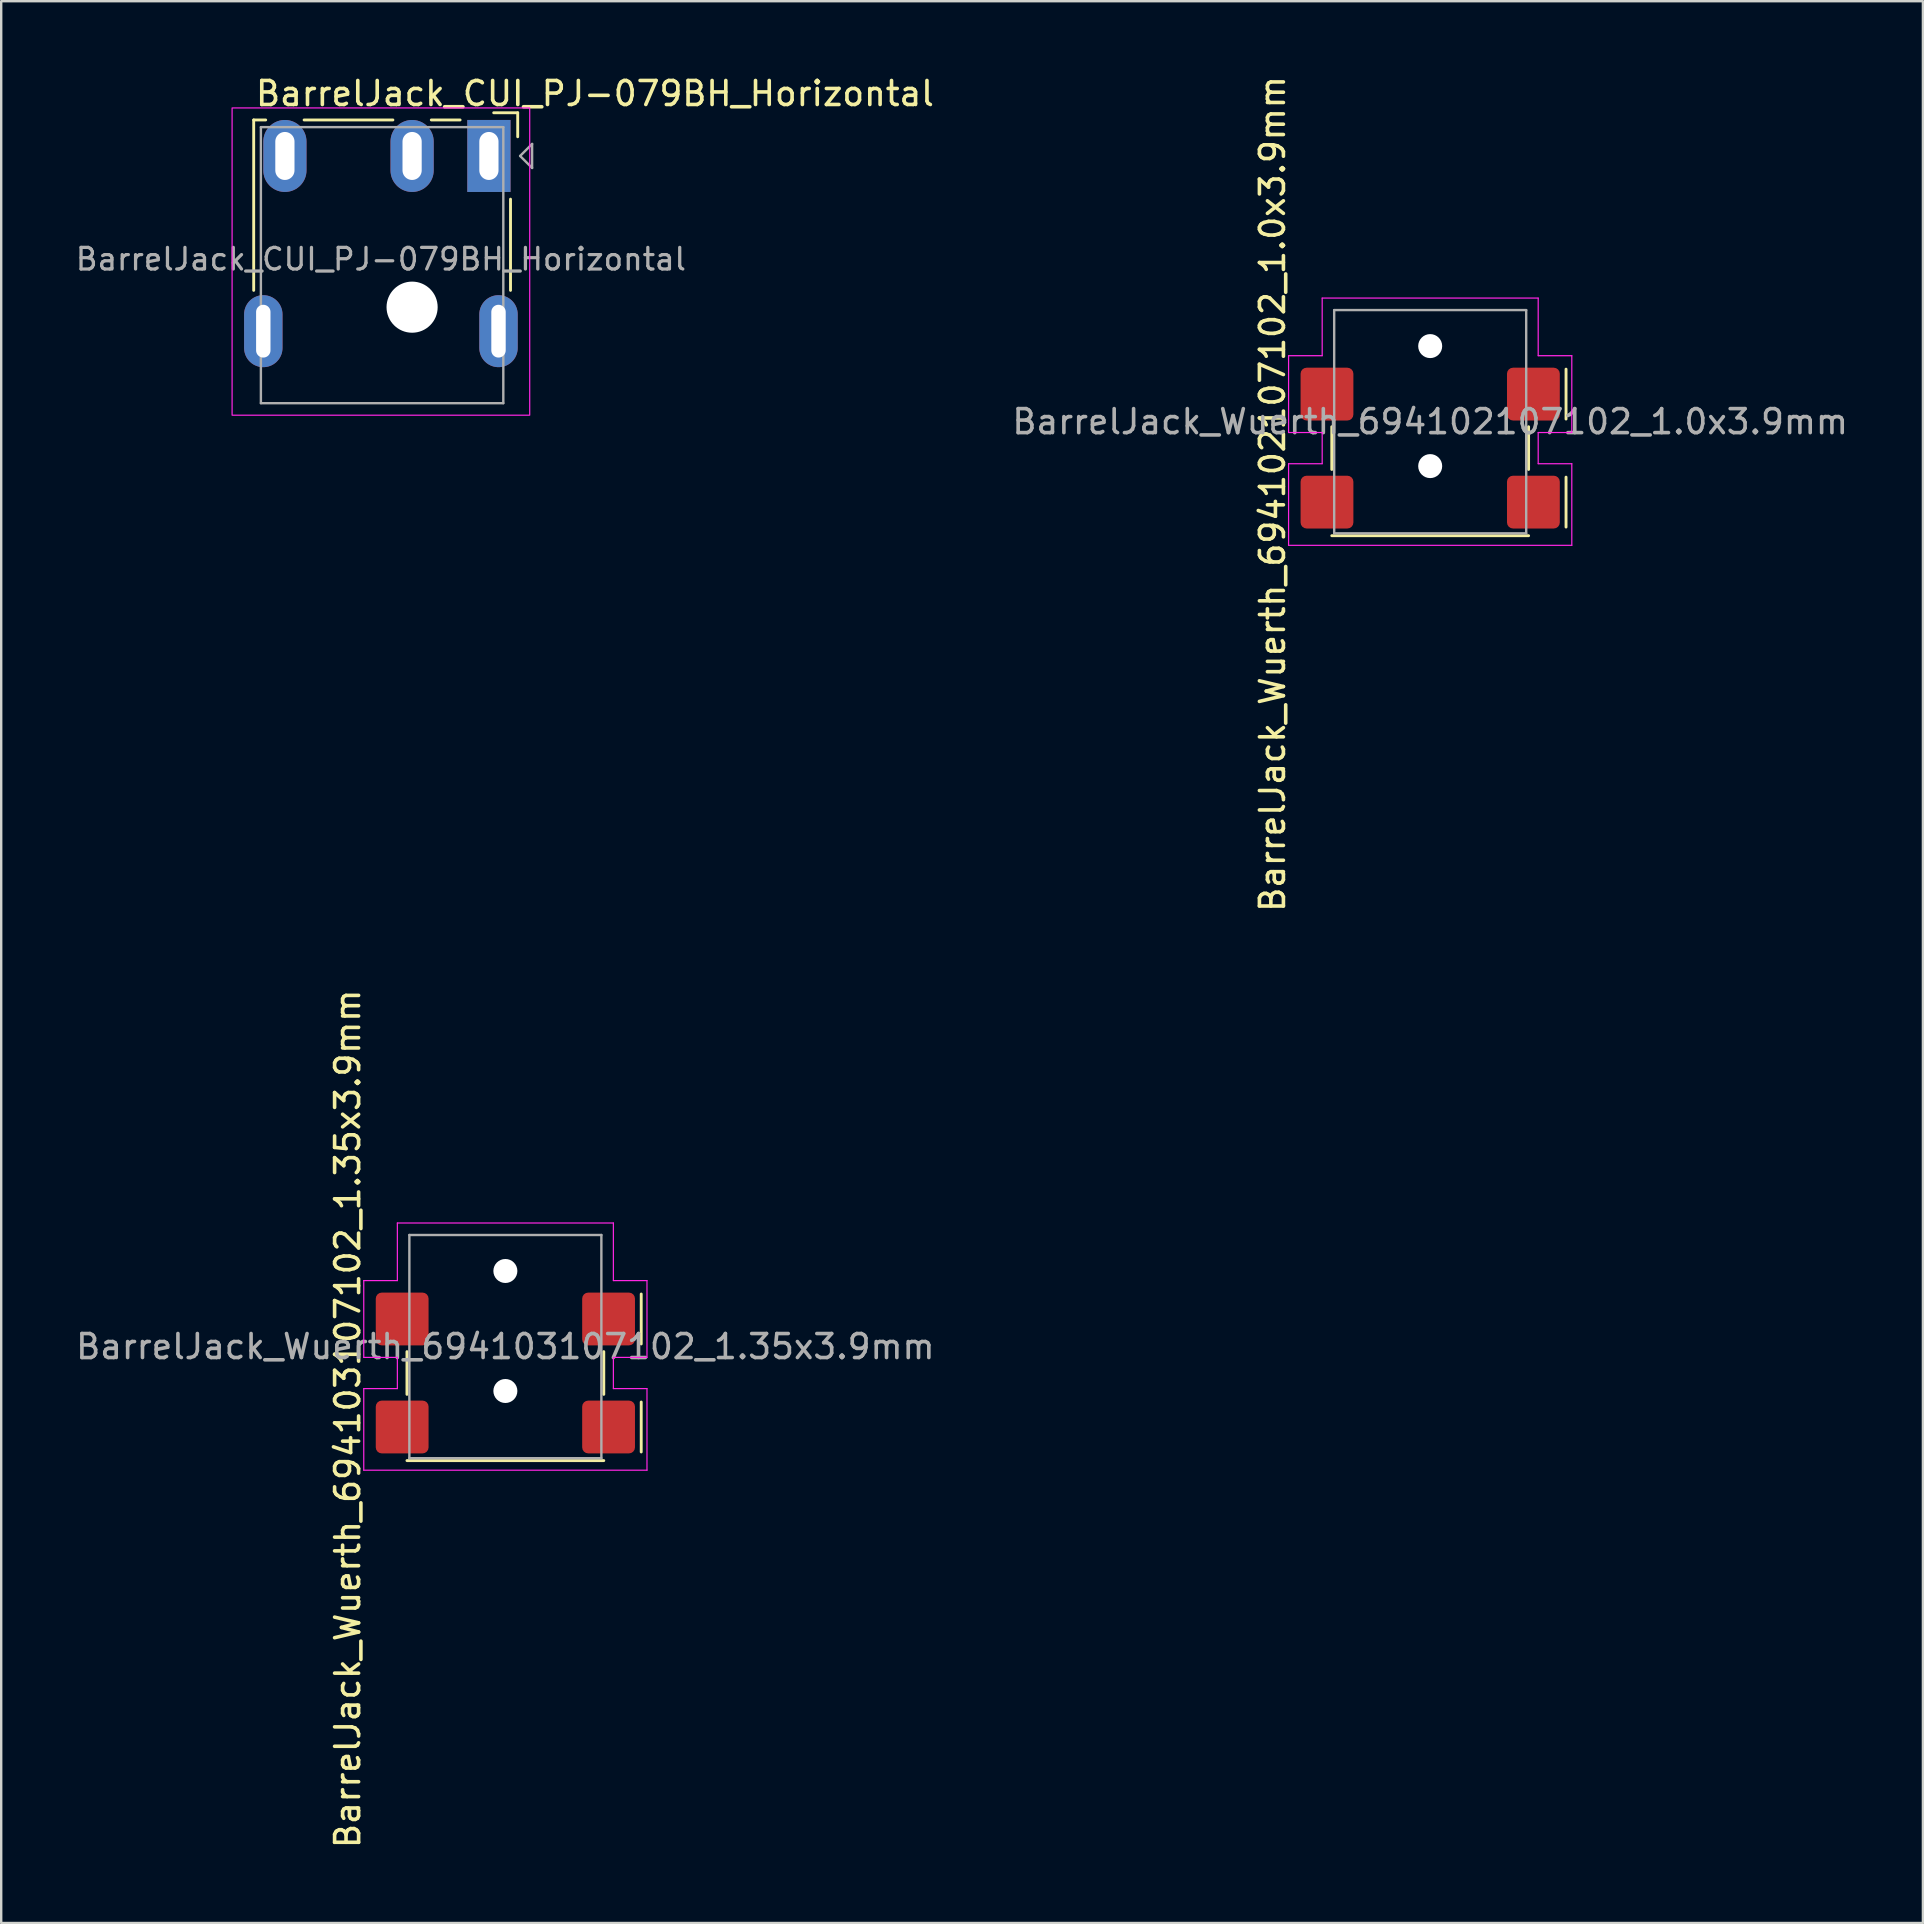
<source format=kicad_pcb>
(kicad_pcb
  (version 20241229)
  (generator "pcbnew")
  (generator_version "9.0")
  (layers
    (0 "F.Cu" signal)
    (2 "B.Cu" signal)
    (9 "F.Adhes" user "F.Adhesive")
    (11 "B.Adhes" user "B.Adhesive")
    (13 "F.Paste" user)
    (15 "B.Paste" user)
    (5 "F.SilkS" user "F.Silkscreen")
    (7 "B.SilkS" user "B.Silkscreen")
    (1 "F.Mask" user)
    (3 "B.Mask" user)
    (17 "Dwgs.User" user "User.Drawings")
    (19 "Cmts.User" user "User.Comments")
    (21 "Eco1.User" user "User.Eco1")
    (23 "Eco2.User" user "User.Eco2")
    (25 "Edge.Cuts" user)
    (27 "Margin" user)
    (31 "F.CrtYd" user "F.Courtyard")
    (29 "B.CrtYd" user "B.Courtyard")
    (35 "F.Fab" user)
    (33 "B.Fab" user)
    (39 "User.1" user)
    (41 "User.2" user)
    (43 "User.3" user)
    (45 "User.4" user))
  (footprint "BarrelJack_CUI_PJ-079BH_Horizontal"
    (layer "F.Cu")
    (at 17.32 3.448)
    (property "Reference" "BarrelJack_CUI_PJ-079BH_Horizontal" (at -9.8 -2.6 0) (layer "F.SilkS") (effects (font (size 1 1) (thickness 0.15)) (justify left)))
    (attr through_hole)
    (fp_line (start -9.8 5.6) (end -9.8 -1.5) (stroke (width 0.12) (type default)) (layer "F.SilkS"))
    (fp_line (start -9.3 -1.5) (end -9.8 -1.5) (stroke (width 0.12) (type default)) (layer "F.SilkS"))
    (fp_line (start -4 -1.5) (end -7.7 -1.5) (stroke (width 0.12) (type default)) (layer "F.SilkS"))
    (fp_line (start -1.2 -1.5) (end -2.4 -1.5) (stroke (width 0.12) (type default)) (layer "F.SilkS"))
    (fp_line (start 0.9 5.6) (end 0.9 1.8) (stroke (width 0.12) (type default)) (layer "F.SilkS"))
    (fp_line (start 1.2 -1.8) (end 0.2 -1.8) (stroke (width 0.12) (type default)) (layer "F.SilkS"))
    (fp_line (start 1.2 -1.8) (end 1.2 -0.8) (stroke (width 0.12) (type default)) (layer "F.SilkS"))
    (fp_rect (start -10.7 -2) (end 1.7 10.8) (stroke (width 0.05) (type default)) (fill no) (layer "F.CrtYd"))
    (fp_line (start -9.5 -1.2) (end 0.6 -1.2) (stroke (width 0.1) (type default)) (layer "F.Fab"))
    (fp_line (start -9.5 10.3) (end -9.5 -1.2) (stroke (width 0.1) (type default)) (layer "F.Fab"))
    (fp_line (start 0.6 -1.2) (end 0.6 10.3) (stroke (width 0.1) (type default)) (layer "F.Fab"))
    (fp_line (start 0.6 10.3) (end -9.5 10.3) (stroke (width 0.1) (type default)) (layer "F.Fab"))
    (fp_line (start 1.3 0) (end 1.8 -0.5) (stroke (width 0.1) (type default)) (layer "F.Fab"))
    (fp_line (start 1.3 0) (end 1.8 0.5) (stroke (width 0.1) (type default)) (layer "F.Fab"))
    (fp_line (start 1.8 -0.5) (end 1.8 0.5) (stroke (width 0.1) (type default)) (layer "F.Fab"))
    (fp_text user "${REFERENCE}" (at -4.5 4.3 0) (layer "F.Fab") (effects (font (size 0.9 0.9) (thickness 0.135))))
    (pad "" np_thru_hole circle (at -3.2 6.3 180) (size 2.13 2.13) (drill 2.13) (layers "*.Cu" "*.Mask"))
    (pad "1" thru_hole rect (at 0 0 180) (size 1.8 3) (drill oval 0.8 2) (layers "*.Cu" "*.Mask"))
    (pad "2" thru_hole oval (at -8.5 0 180) (size 1.8 3) (drill oval 0.8 2) (layers "*.Cu" "*.Mask"))
    (pad "3" thru_hole oval (at -3.2 0 180) (size 1.8 3) (drill oval 0.8 2) (layers "*.Cu" "*.Mask"))
    (pad "SH" thru_hole oval (at -9.4 7.3 180) (size 1.6 3) (drill oval 0.6 2.2) (layers "*.Cu" "*.Mask"))
    (pad "SH" thru_hole oval (at 0.4 7.3 180) (size 1.6 3) (drill oval 0.6 2.2) (layers "*.Cu" "*.Mask")))
  (footprint "BarrelJack_Wuerth_694103107102_1.35x3.9mm"
    (layer "F.Cu")
    (at 18.006 53.055)
    (property "Reference" "BarrelJack_Wuerth_694103107102_1.35x3.9mm" (at -6.57 3.01 90) (layer "F.SilkS") (effects (font (size 1 1) (thickness 0.15))))
    (attr smd)
    (fp_line (start -4.1 1.99) (end -4.1 0.21) (stroke (width 0.12) (type solid)) (layer "F.SilkS"))
    (fp_line (start 4.1 1.99) (end 4.1 0.21) (stroke (width 0.12) (type solid)) (layer "F.SilkS"))
    (fp_line (start 4.1 4.75) (end -4.1 4.75) (stroke (width 0.12) (type solid)) (layer "F.SilkS"))
    (fp_line (start 5.66 -0.11) (end 5.66 -2.19) (stroke (width 0.12) (type solid)) (layer "F.SilkS"))
    (fp_line (start 5.66 4.39) (end 5.66 2.31) (stroke (width 0.12) (type solid)) (layer "F.SilkS"))
    (fp_line (start -5.9 -2.75) (end -5.9 0.45) (stroke (width 0.05) (type default)) (layer "F.CrtYd"))
    (fp_line (start -5.9 -2.75) (end -4.5 -2.75) (stroke (width 0.05) (type default)) (layer "F.CrtYd"))
    (fp_line (start -5.9 1.75) (end -4.5 1.75) (stroke (width 0.05) (type solid)) (layer "F.CrtYd"))
    (fp_line (start -5.9 5.15) (end -5.9 1.75) (stroke (width 0.05) (type solid)) (layer "F.CrtYd"))
    (fp_line (start -4.5 -5.15) (end 4.5 -5.15) (stroke (width 0.05) (type solid)) (layer "F.CrtYd"))
    (fp_line (start -4.5 -2.75) (end -4.5 -5.15) (stroke (width 0.05) (type default)) (layer "F.CrtYd"))
    (fp_line (start -4.5 0.45) (end -5.9 0.45) (stroke (width 0.05) (type solid)) (layer "F.CrtYd"))
    (fp_line (start -4.5 1.75) (end -4.5 0.45) (stroke (width 0.05) (type default)) (layer "F.CrtYd"))
    (fp_line (start 4.5 -2.75) (end 4.5 -5.15) (stroke (width 0.05) (type default)) (layer "F.CrtYd"))
    (fp_line (start 4.5 0.45) (end 4.5 1.75) (stroke (width 0.05) (type default)) (layer "F.CrtYd"))
    (fp_line (start 4.5 1.75) (end 5.9 1.75) (stroke (width 0.05) (type solid)) (layer "F.CrtYd"))
    (fp_line (start 5.9 -2.75) (end 4.5 -2.75) (stroke (width 0.05) (type default)) (layer "F.CrtYd"))
    (fp_line (start 5.9 -2.75) (end 5.9 0.45) (stroke (width 0.05) (type solid)) (layer "F.CrtYd"))
    (fp_line (start 5.9 0.45) (end 4.5 0.45) (stroke (width 0.05) (type solid)) (layer "F.CrtYd"))
    (fp_line (start 5.9 1.75) (end 5.9 5.15) (stroke (width 0.05) (type solid)) (layer "F.CrtYd"))
    (fp_line (start 5.9 5.15) (end -5.9 5.15) (stroke (width 0.05) (type solid)) (layer "F.CrtYd"))
    (fp_line (start -4 4.65) (end -4 -4.65) (stroke (width 0.1) (type solid)) (layer "F.Fab"))
    (fp_line (start -4 4.65) (end 4 4.65) (stroke (width 0.1) (type solid)) (layer "F.Fab"))
    (fp_line (start 4 -4.65) (end -4 -4.65) (stroke (width 0.1) (type solid)) (layer "F.Fab"))
    (fp_line (start 4 4.65) (end 4 -4.65) (stroke (width 0.1) (type solid)) (layer "F.Fab"))
    (fp_text user "${REFERENCE}" (at 0 0 180) (layer "F.Fab") (effects (font (size 1 1) (thickness 0.15))))
    (pad "" np_thru_hole circle (at 0 -3.15 180) (size 1 1) (drill 1) (layers "*.Cu" "*.Mask"))
    (pad "" np_thru_hole circle (at 0 1.85 180) (size 1 1) (drill 1) (layers "*.Cu" "*.Mask"))
    (pad "1" smd roundrect (at 4.3 -1.15 270) (size 2.2 2.2) (layers "F.Cu" "F.Mask" "F.Paste") (roundrect_rratio 0.114))
    (pad "1" smd roundrect (at 4.3 3.35 270) (size 2.2 2.2) (layers "F.Cu" "F.Mask" "F.Paste") (roundrect_rratio 0.114))
    (pad "2" smd roundrect (at -4.3 -1.15 270) (size 2.2 2.2) (layers "F.Cu" "F.Mask" "F.Paste") (roundrect_rratio 0.114))
    (pad "3" smd roundrect (at -4.3 3.35 270) (size 2.2 2.2) (layers "F.Cu" "F.Mask" "F.Paste") (roundrect_rratio 0.114)))
  (footprint "BarrelJack_Wuerth_694102107102_1.0x3.9mm"
    (layer "F.Cu")
    (at 56.538 14.52)
    (property "Reference" "BarrelJack_Wuerth_694102107102_1.0x3.9mm" (at -6.57 3.01 90) (layer "F.SilkS") (effects (font (size 1 1) (thickness 0.15))))
    (attr smd)
    (fp_line (start -4.1 1.99) (end -4.1 0.21) (stroke (width 0.12) (type solid)) (layer "F.SilkS"))
    (fp_line (start 4.1 1.99) (end 4.1 0.21) (stroke (width 0.12) (type solid)) (layer "F.SilkS"))
    (fp_line (start 4.1 4.75) (end -4.1 4.75) (stroke (width 0.12) (type solid)) (layer "F.SilkS"))
    (fp_line (start 5.66 -0.11) (end 5.66 -2.19) (stroke (width 0.12) (type solid)) (layer "F.SilkS"))
    (fp_line (start 5.66 4.39) (end 5.66 2.31) (stroke (width 0.12) (type solid)) (layer "F.SilkS"))
    (fp_line (start -5.9 -2.75) (end -5.9 0.45) (stroke (width 0.05) (type default)) (layer "F.CrtYd"))
    (fp_line (start -5.9 -2.75) (end -4.5 -2.75) (stroke (width 0.05) (type default)) (layer "F.CrtYd"))
    (fp_line (start -5.9 1.75) (end -4.5 1.75) (stroke (width 0.05) (type solid)) (layer "F.CrtYd"))
    (fp_line (start -5.9 5.15) (end -5.9 1.75) (stroke (width 0.05) (type solid)) (layer "F.CrtYd"))
    (fp_line (start -4.5 -5.15) (end 4.5 -5.15) (stroke (width 0.05) (type solid)) (layer "F.CrtYd"))
    (fp_line (start -4.5 -2.75) (end -4.5 -5.15) (stroke (width 0.05) (type default)) (layer "F.CrtYd"))
    (fp_line (start -4.5 0.45) (end -5.9 0.45) (stroke (width 0.05) (type solid)) (layer "F.CrtYd"))
    (fp_line (start -4.5 1.75) (end -4.5 0.45) (stroke (width 0.05) (type default)) (layer "F.CrtYd"))
    (fp_line (start 4.5 -2.75) (end 4.5 -5.15) (stroke (width 0.05) (type default)) (layer "F.CrtYd"))
    (fp_line (start 4.5 0.45) (end 4.5 1.75) (stroke (width 0.05) (type default)) (layer "F.CrtYd"))
    (fp_line (start 4.5 1.75) (end 5.9 1.75) (stroke (width 0.05) (type solid)) (layer "F.CrtYd"))
    (fp_line (start 5.9 -2.75) (end 4.5 -2.75) (stroke (width 0.05) (type default)) (layer "F.CrtYd"))
    (fp_line (start 5.9 -2.75) (end 5.9 0.45) (stroke (width 0.05) (type solid)) (layer "F.CrtYd"))
    (fp_line (start 5.9 0.45) (end 4.5 0.45) (stroke (width 0.05) (type solid)) (layer "F.CrtYd"))
    (fp_line (start 5.9 1.75) (end 5.9 5.15) (stroke (width 0.05) (type solid)) (layer "F.CrtYd"))
    (fp_line (start 5.9 5.15) (end -5.9 5.15) (stroke (width 0.05) (type solid)) (layer "F.CrtYd"))
    (fp_line (start -4 4.65) (end -4 -4.65) (stroke (width 0.1) (type solid)) (layer "F.Fab"))
    (fp_line (start -4 4.65) (end 4 4.65) (stroke (width 0.1) (type solid)) (layer "F.Fab"))
    (fp_line (start 4 -4.65) (end -4 -4.65) (stroke (width 0.1) (type solid)) (layer "F.Fab"))
    (fp_line (start 4 4.65) (end 4 -4.65) (stroke (width 0.1) (type solid)) (layer "F.Fab"))
    (fp_text user "${REFERENCE}" (at 0 0 180) (layer "F.Fab") (effects (font (size 1 1) (thickness 0.15))))
    (pad "" np_thru_hole circle (at 0 -3.15 180) (size 1 1) (drill 1) (layers "*.Cu" "*.Mask"))
    (pad "" np_thru_hole circle (at 0 1.85 180) (size 1 1) (drill 1) (layers "*.Cu" "*.Mask"))
    (pad "1" smd roundrect (at 4.3 -1.15 270) (size 2.2 2.2) (layers "F.Cu" "F.Mask" "F.Paste") (roundrect_rratio 0.114))
    (pad "1" smd roundrect (at 4.3 3.35 270) (size 2.2 2.2) (layers "F.Cu" "F.Mask" "F.Paste") (roundrect_rratio 0.114))
    (pad "2" smd roundrect (at -4.3 -1.15 270) (size 2.2 2.2) (layers "F.Cu" "F.Mask" "F.Paste") (roundrect_rratio 0.114))
    (pad "3" smd roundrect (at -4.3 3.35 270) (size 2.2 2.2) (layers "F.Cu" "F.Mask" "F.Paste") (roundrect_rratio 0.114)))
  (gr_rect
    (start -3 -3)
    (end 77.067 77.071)
    (stroke (width 0.1) (type default))
    (fill no)
    (layer "Edge.Cuts")))
</source>
